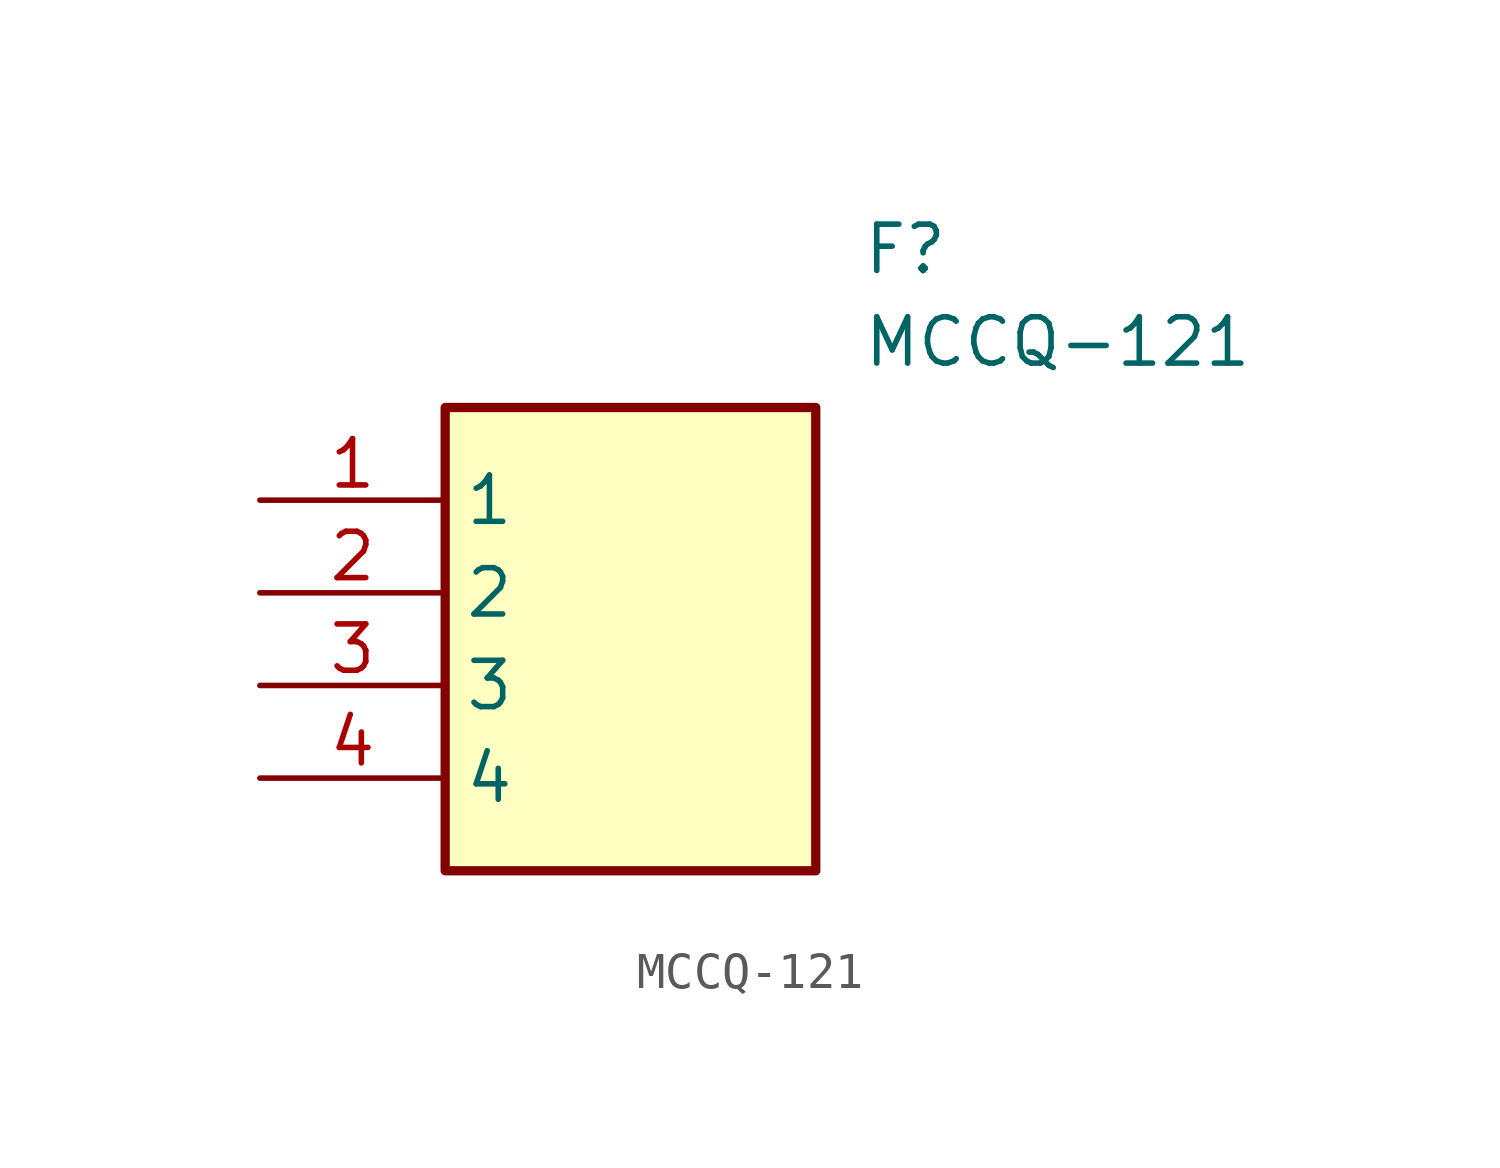
<source format=kicad_sym>
(kicad_symbol_lib
  (version 20211014)
  (generator SamacSys_ECAD_Model)
  (symbol "MCCQ-121"
    (property "Reference" "F"
      (at 16.51 7.62 0)
      (effects (font (size 1.27 1.27)) (justify left top)))
    (property "Value" "MCCQ-121"
      (at 16.51 5.08 0)
      (effects (font (size 1.27 1.27)) (justify left top)))
    (rectangle
      (start 5.08 2.54)
      (end 15.24 -10.16)
      (stroke (width 0.254) (type default))
      (fill (type background)))
    (pin passive line
      (at 0 0 0)
      (length 5.08)
      (name "1" (effects (font (size 1.27 1.27))))
      (number "1" (effects (font (size 1.27 1.27)))))
    (pin passive line
      (at 0 -2.54 0)
      (length 5.08)
      (name "2" (effects (font (size 1.27 1.27))))
      (number "2" (effects (font (size 1.27 1.27)))))
    (pin passive line
      (at 0 -5.08 0)
      (length 5.08)
      (name "3" (effects (font (size 1.27 1.27))))
      (number "3" (effects (font (size 1.27 1.27)))))
    (pin passive line
      (at 0 -7.62 0)
      (length 5.08)
      (name "4" (effects (font (size 1.27 1.27))))
      (number "4" (effects (font (size 1.27 1.27)))))))
</source>
